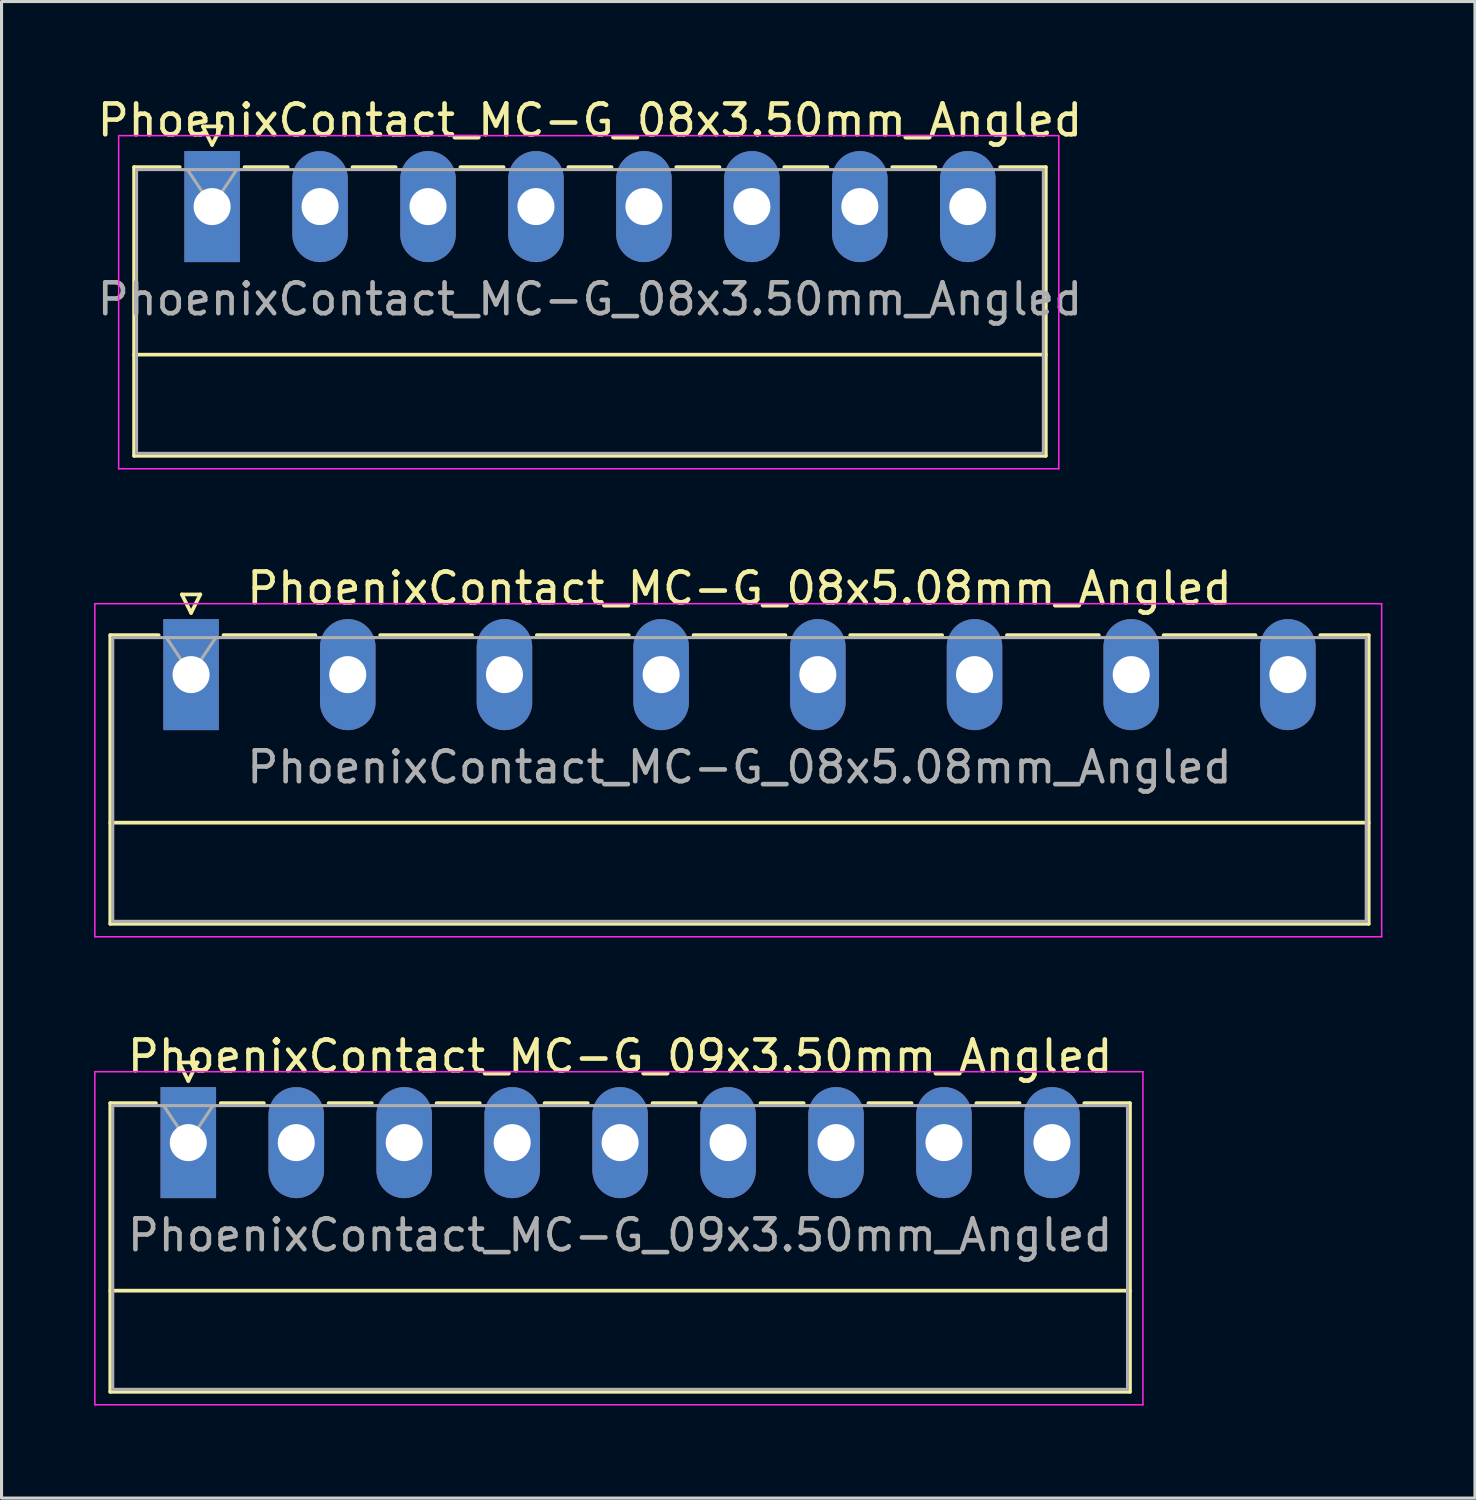
<source format=kicad_pcb>
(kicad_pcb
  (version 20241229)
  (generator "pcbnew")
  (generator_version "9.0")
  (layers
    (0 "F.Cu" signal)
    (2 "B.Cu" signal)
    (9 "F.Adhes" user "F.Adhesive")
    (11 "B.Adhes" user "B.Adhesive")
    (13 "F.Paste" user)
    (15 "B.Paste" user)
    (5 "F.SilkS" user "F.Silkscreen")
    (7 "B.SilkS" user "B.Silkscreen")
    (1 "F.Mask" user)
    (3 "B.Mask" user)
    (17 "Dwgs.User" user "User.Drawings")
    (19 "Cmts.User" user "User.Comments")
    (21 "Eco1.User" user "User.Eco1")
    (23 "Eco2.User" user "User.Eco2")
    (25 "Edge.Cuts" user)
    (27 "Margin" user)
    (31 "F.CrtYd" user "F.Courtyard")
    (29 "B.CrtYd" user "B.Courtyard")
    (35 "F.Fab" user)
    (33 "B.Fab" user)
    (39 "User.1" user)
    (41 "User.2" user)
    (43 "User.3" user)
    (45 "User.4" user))
  (footprint "PhoenixContact_MC-G_09x3.50mm_Angled"
    (layer "F.Cu")
    (at 3.055 33.995)
    (property "Reference" "PhoenixContact_MC-G_09x3.50mm_Angled" (at 14 -2.8 0) (layer "F.SilkS") (effects (font (size 1 1) (thickness 0.15))))
    (attr through_hole)
    (fp_line (start -2.53 -1.28) (end -2.53 8.08) (stroke (width 0.12) (type solid)) (layer "F.SilkS"))
    (fp_line (start -2.53 -1.28) (end -1.05 -1.28) (stroke (width 0.12) (type solid)) (layer "F.SilkS"))
    (fp_line (start -2.53 4.8) (end 30.53 4.8) (stroke (width 0.12) (type solid)) (layer "F.SilkS"))
    (fp_line (start -2.53 8.08) (end 30.53 8.08) (stroke (width 0.12) (type solid)) (layer "F.SilkS"))
    (fp_line (start -0.3 -2.6) (end 0.3 -2.6) (stroke (width 0.12) (type solid)) (layer "F.SilkS"))
    (fp_line (start 0 -2) (end -0.3 -2.6) (stroke (width 0.12) (type solid)) (layer "F.SilkS"))
    (fp_line (start 0.3 -2.6) (end 0 -2) (stroke (width 0.12) (type solid)) (layer "F.SilkS"))
    (fp_line (start 1.05 -1.28) (end 2.45 -1.28) (stroke (width 0.12) (type solid)) (layer "F.SilkS"))
    (fp_line (start 4.55 -1.28) (end 5.95 -1.28) (stroke (width 0.12) (type solid)) (layer "F.SilkS"))
    (fp_line (start 8.05 -1.28) (end 9.45 -1.28) (stroke (width 0.12) (type solid)) (layer "F.SilkS"))
    (fp_line (start 11.55 -1.28) (end 12.95 -1.28) (stroke (width 0.12) (type solid)) (layer "F.SilkS"))
    (fp_line (start 15.05 -1.28) (end 16.45 -1.28) (stroke (width 0.12) (type solid)) (layer "F.SilkS"))
    (fp_line (start 18.55 -1.28) (end 19.95 -1.28) (stroke (width 0.12) (type solid)) (layer "F.SilkS"))
    (fp_line (start 22.05 -1.28) (end 23.45 -1.28) (stroke (width 0.12) (type solid)) (layer "F.SilkS"))
    (fp_line (start 25.55 -1.28) (end 26.95 -1.28) (stroke (width 0.12) (type solid)) (layer "F.SilkS"))
    (fp_line (start 30.53 -1.28) (end 29.05 -1.28) (stroke (width 0.12) (type solid)) (layer "F.SilkS"))
    (fp_line (start 30.53 8.08) (end 30.53 -1.28) (stroke (width 0.12) (type solid)) (layer "F.SilkS"))
    (fp_line (start -3.03 -2.3) (end -3.03 8.5) (stroke (width 0.05) (type solid)) (layer "F.CrtYd"))
    (fp_line (start -3.03 8.5) (end 30.95 8.5) (stroke (width 0.05) (type solid)) (layer "F.CrtYd"))
    (fp_line (start 30.95 -2.3) (end -3.03 -2.3) (stroke (width 0.05) (type solid)) (layer "F.CrtYd"))
    (fp_line (start 30.95 8.5) (end 30.95 -2.3) (stroke (width 0.05) (type solid)) (layer "F.CrtYd"))
    (fp_line (start -2.45 -1.2) (end -2.45 8) (stroke (width 0.1) (type solid)) (layer "F.Fab"))
    (fp_line (start -2.45 8) (end 30.45 8) (stroke (width 0.1) (type solid)) (layer "F.Fab"))
    (fp_line (start 0 0) (end -0.8 -1.2) (stroke (width 0.1) (type solid)) (layer "F.Fab"))
    (fp_line (start 0.8 -1.2) (end 0 0) (stroke (width 0.1) (type solid)) (layer "F.Fab"))
    (fp_line (start 30.45 -1.2) (end -2.45 -1.2) (stroke (width 0.1) (type solid)) (layer "F.Fab"))
    (fp_line (start 30.45 8) (end 30.45 -1.2) (stroke (width 0.1) (type solid)) (layer "F.Fab"))
    (fp_text user "${REFERENCE}" (at 14 3 0) (layer "F.Fab") (effects (font (size 1 1) (thickness 0.15))))
    (pad "1" thru_hole rect (at 0 0) (size 1.8 3.6) (drill 1.2) (layers "*.Cu" "*.Mask"))
    (pad "2" thru_hole oval (at 3.5 0) (size 1.8 3.6) (drill 1.2) (layers "*.Cu" "*.Mask"))
    (pad "3" thru_hole oval (at 7 0) (size 1.8 3.6) (drill 1.2) (layers "*.Cu" "*.Mask"))
    (pad "4" thru_hole oval (at 10.5 0) (size 1.8 3.6) (drill 1.2) (layers "*.Cu" "*.Mask"))
    (pad "5" thru_hole oval (at 14 0) (size 1.8 3.6) (drill 1.2) (layers "*.Cu" "*.Mask"))
    (pad "6" thru_hole oval (at 17.5 0) (size 1.8 3.6) (drill 1.2) (layers "*.Cu" "*.Mask"))
    (pad "7" thru_hole oval (at 21 0) (size 1.8 3.6) (drill 1.2) (layers "*.Cu" "*.Mask"))
    (pad "8" thru_hole oval (at 24.5 0) (size 1.8 3.6) (drill 1.2) (layers "*.Cu" "*.Mask"))
    (pad "9" thru_hole oval (at 28 0) (size 1.8 3.6) (drill 1.2) (layers "*.Cu" "*.Mask")))
  (footprint "PhoenixContact_MC-G_08x5.08mm_Angled"
    (layer "F.Cu")
    (at 3.145 18.822)
    (property "Reference" "PhoenixContact_MC-G_08x5.08mm_Angled" (at 17.78 -2.8 0) (layer "F.SilkS") (effects (font (size 1 1) (thickness 0.15))))
    (attr through_hole)
    (fp_line (start -2.62 -1.28) (end -2.62 8.08) (stroke (width 0.12) (type solid)) (layer "F.SilkS"))
    (fp_line (start -2.62 -1.28) (end -1.05 -1.28) (stroke (width 0.12) (type solid)) (layer "F.SilkS"))
    (fp_line (start -2.62 4.8) (end 38.18 4.8) (stroke (width 0.12) (type solid)) (layer "F.SilkS"))
    (fp_line (start -2.62 8.08) (end 38.18 8.08) (stroke (width 0.12) (type solid)) (layer "F.SilkS"))
    (fp_line (start -0.3 -2.6) (end 0.3 -2.6) (stroke (width 0.12) (type solid)) (layer "F.SilkS"))
    (fp_line (start 0 -2) (end -0.3 -2.6) (stroke (width 0.12) (type solid)) (layer "F.SilkS"))
    (fp_line (start 0.3 -2.6) (end 0 -2) (stroke (width 0.12) (type solid)) (layer "F.SilkS"))
    (fp_line (start 1.05 -1.28) (end 4.03 -1.28) (stroke (width 0.12) (type solid)) (layer "F.SilkS"))
    (fp_line (start 6.13 -1.28) (end 9.11 -1.28) (stroke (width 0.12) (type solid)) (layer "F.SilkS"))
    (fp_line (start 11.21 -1.28) (end 14.19 -1.28) (stroke (width 0.12) (type solid)) (layer "F.SilkS"))
    (fp_line (start 16.29 -1.28) (end 19.27 -1.28) (stroke (width 0.12) (type solid)) (layer "F.SilkS"))
    (fp_line (start 21.37 -1.28) (end 24.35 -1.28) (stroke (width 0.12) (type solid)) (layer "F.SilkS"))
    (fp_line (start 26.45 -1.28) (end 29.43 -1.28) (stroke (width 0.12) (type solid)) (layer "F.SilkS"))
    (fp_line (start 31.53 -1.28) (end 34.51 -1.28) (stroke (width 0.12) (type solid)) (layer "F.SilkS"))
    (fp_line (start 38.18 -1.28) (end 36.61 -1.28) (stroke (width 0.12) (type solid)) (layer "F.SilkS"))
    (fp_line (start 38.18 8.08) (end 38.18 -1.28) (stroke (width 0.12) (type solid)) (layer "F.SilkS"))
    (fp_line (start -3.12 -2.3) (end -3.12 8.5) (stroke (width 0.05) (type solid)) (layer "F.CrtYd"))
    (fp_line (start -3.12 8.5) (end 38.6 8.5) (stroke (width 0.05) (type solid)) (layer "F.CrtYd"))
    (fp_line (start 38.6 -2.3) (end -3.12 -2.3) (stroke (width 0.05) (type solid)) (layer "F.CrtYd"))
    (fp_line (start 38.6 8.5) (end 38.6 -2.3) (stroke (width 0.05) (type solid)) (layer "F.CrtYd"))
    (fp_line (start -2.54 -1.2) (end -2.54 8) (stroke (width 0.1) (type solid)) (layer "F.Fab"))
    (fp_line (start -2.54 8) (end 38.1 8) (stroke (width 0.1) (type solid)) (layer "F.Fab"))
    (fp_line (start 0 0) (end -0.8 -1.2) (stroke (width 0.1) (type solid)) (layer "F.Fab"))
    (fp_line (start 0.8 -1.2) (end 0 0) (stroke (width 0.1) (type solid)) (layer "F.Fab"))
    (fp_line (start 38.1 -1.2) (end -2.54 -1.2) (stroke (width 0.1) (type solid)) (layer "F.Fab"))
    (fp_line (start 38.1 8) (end 38.1 -1.2) (stroke (width 0.1) (type solid)) (layer "F.Fab"))
    (fp_text user "${REFERENCE}" (at 17.78 3 0) (layer "F.Fab") (effects (font (size 1 1) (thickness 0.15))))
    (pad "1" thru_hole rect (at 0 0) (size 1.8 3.6) (drill 1.2) (layers "*.Cu" "*.Mask"))
    (pad "2" thru_hole oval (at 5.08 0) (size 1.8 3.6) (drill 1.2) (layers "*.Cu" "*.Mask"))
    (pad "3" thru_hole oval (at 10.16 0) (size 1.8 3.6) (drill 1.2) (layers "*.Cu" "*.Mask"))
    (pad "4" thru_hole oval (at 15.24 0) (size 1.8 3.6) (drill 1.2) (layers "*.Cu" "*.Mask"))
    (pad "5" thru_hole oval (at 20.32 0) (size 1.8 3.6) (drill 1.2) (layers "*.Cu" "*.Mask"))
    (pad "6" thru_hole oval (at 25.4 0) (size 1.8 3.6) (drill 1.2) (layers "*.Cu" "*.Mask"))
    (pad "7" thru_hole oval (at 30.48 0) (size 1.8 3.6) (drill 1.2) (layers "*.Cu" "*.Mask"))
    (pad "8" thru_hole oval (at 35.56 0) (size 1.8 3.6) (drill 1.2) (layers "*.Cu" "*.Mask")))
  (footprint "PhoenixContact_MC-G_08x3.50mm_Angled"
    (layer "F.Cu")
    (at 3.827 3.648)
    (property "Reference" "PhoenixContact_MC-G_08x3.50mm_Angled" (at 12.25 -2.8 0) (layer "F.SilkS") (effects (font (size 1 1) (thickness 0.15))))
    (attr through_hole)
    (fp_line (start -2.53 -1.28) (end -2.53 8.08) (stroke (width 0.12) (type solid)) (layer "F.SilkS"))
    (fp_line (start -2.53 -1.28) (end -1.05 -1.28) (stroke (width 0.12) (type solid)) (layer "F.SilkS"))
    (fp_line (start -2.53 4.8) (end 27.03 4.8) (stroke (width 0.12) (type solid)) (layer "F.SilkS"))
    (fp_line (start -2.53 8.08) (end 27.03 8.08) (stroke (width 0.12) (type solid)) (layer "F.SilkS"))
    (fp_line (start -0.3 -2.6) (end 0.3 -2.6) (stroke (width 0.12) (type solid)) (layer "F.SilkS"))
    (fp_line (start 0 -2) (end -0.3 -2.6) (stroke (width 0.12) (type solid)) (layer "F.SilkS"))
    (fp_line (start 0.3 -2.6) (end 0 -2) (stroke (width 0.12) (type solid)) (layer "F.SilkS"))
    (fp_line (start 1.05 -1.28) (end 2.45 -1.28) (stroke (width 0.12) (type solid)) (layer "F.SilkS"))
    (fp_line (start 4.55 -1.28) (end 5.95 -1.28) (stroke (width 0.12) (type solid)) (layer "F.SilkS"))
    (fp_line (start 8.05 -1.28) (end 9.45 -1.28) (stroke (width 0.12) (type solid)) (layer "F.SilkS"))
    (fp_line (start 11.55 -1.28) (end 12.95 -1.28) (stroke (width 0.12) (type solid)) (layer "F.SilkS"))
    (fp_line (start 15.05 -1.28) (end 16.45 -1.28) (stroke (width 0.12) (type solid)) (layer "F.SilkS"))
    (fp_line (start 18.55 -1.28) (end 19.95 -1.28) (stroke (width 0.12) (type solid)) (layer "F.SilkS"))
    (fp_line (start 22.05 -1.28) (end 23.45 -1.28) (stroke (width 0.12) (type solid)) (layer "F.SilkS"))
    (fp_line (start 27.03 -1.28) (end 25.55 -1.28) (stroke (width 0.12) (type solid)) (layer "F.SilkS"))
    (fp_line (start 27.03 8.08) (end 27.03 -1.28) (stroke (width 0.12) (type solid)) (layer "F.SilkS"))
    (fp_line (start -3.03 -2.3) (end -3.03 8.5) (stroke (width 0.05) (type solid)) (layer "F.CrtYd"))
    (fp_line (start -3.03 8.5) (end 27.45 8.5) (stroke (width 0.05) (type solid)) (layer "F.CrtYd"))
    (fp_line (start 27.45 -2.3) (end -3.03 -2.3) (stroke (width 0.05) (type solid)) (layer "F.CrtYd"))
    (fp_line (start 27.45 8.5) (end 27.45 -2.3) (stroke (width 0.05) (type solid)) (layer "F.CrtYd"))
    (fp_line (start -2.45 -1.2) (end -2.45 8) (stroke (width 0.1) (type solid)) (layer "F.Fab"))
    (fp_line (start -2.45 8) (end 26.95 8) (stroke (width 0.1) (type solid)) (layer "F.Fab"))
    (fp_line (start 0 0) (end -0.8 -1.2) (stroke (width 0.1) (type solid)) (layer "F.Fab"))
    (fp_line (start 0.8 -1.2) (end 0 0) (stroke (width 0.1) (type solid)) (layer "F.Fab"))
    (fp_line (start 26.95 -1.2) (end -2.45 -1.2) (stroke (width 0.1) (type solid)) (layer "F.Fab"))
    (fp_line (start 26.95 8) (end 26.95 -1.2) (stroke (width 0.1) (type solid)) (layer "F.Fab"))
    (fp_text user "${REFERENCE}" (at 12.25 3 0) (layer "F.Fab") (effects (font (size 1 1) (thickness 0.15))))
    (pad "1" thru_hole rect (at 0 0) (size 1.8 3.6) (drill 1.2) (layers "*.Cu" "*.Mask"))
    (pad "2" thru_hole oval (at 3.5 0) (size 1.8 3.6) (drill 1.2) (layers "*.Cu" "*.Mask"))
    (pad "3" thru_hole oval (at 7 0) (size 1.8 3.6) (drill 1.2) (layers "*.Cu" "*.Mask"))
    (pad "4" thru_hole oval (at 10.5 0) (size 1.8 3.6) (drill 1.2) (layers "*.Cu" "*.Mask"))
    (pad "5" thru_hole oval (at 14 0) (size 1.8 3.6) (drill 1.2) (layers "*.Cu" "*.Mask"))
    (pad "6" thru_hole oval (at 17.5 0) (size 1.8 3.6) (drill 1.2) (layers "*.Cu" "*.Mask"))
    (pad "7" thru_hole oval (at 21 0) (size 1.8 3.6) (drill 1.2) (layers "*.Cu" "*.Mask"))
    (pad "8" thru_hole oval (at 24.5 0) (size 1.8 3.6) (drill 1.2) (layers "*.Cu" "*.Mask")))
  (gr_rect
    (start -3 -3)
    (end 44.77 45.52)
    (stroke (width 0.1) (type default))
    (fill no)
    (layer "Edge.Cuts")))
</source>
